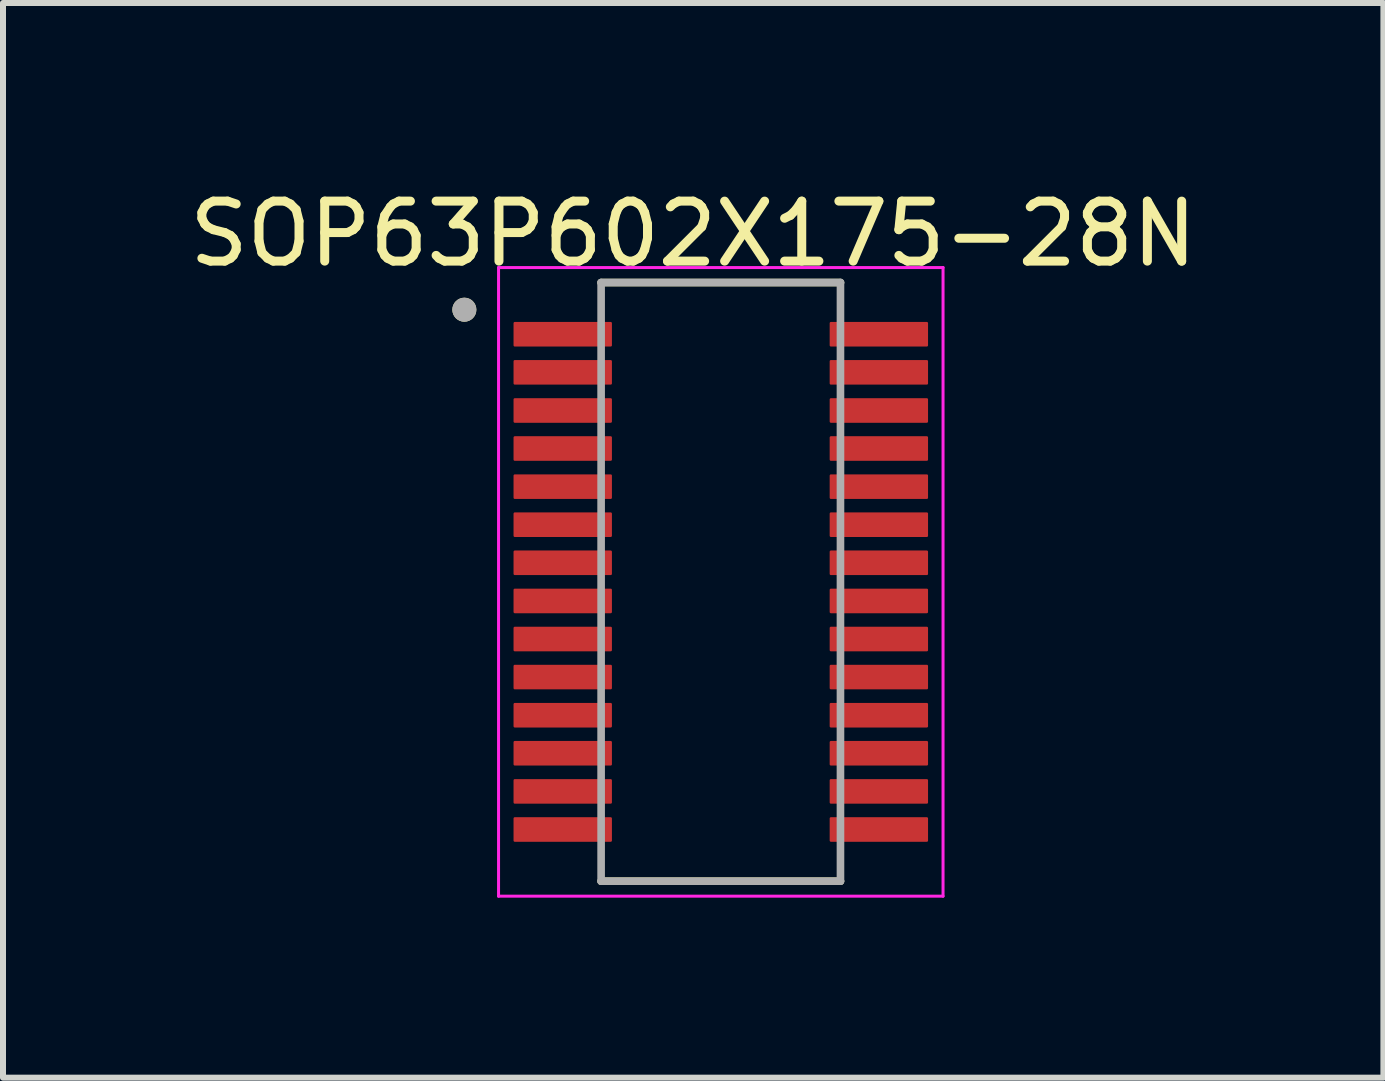
<source format=kicad_pcb>
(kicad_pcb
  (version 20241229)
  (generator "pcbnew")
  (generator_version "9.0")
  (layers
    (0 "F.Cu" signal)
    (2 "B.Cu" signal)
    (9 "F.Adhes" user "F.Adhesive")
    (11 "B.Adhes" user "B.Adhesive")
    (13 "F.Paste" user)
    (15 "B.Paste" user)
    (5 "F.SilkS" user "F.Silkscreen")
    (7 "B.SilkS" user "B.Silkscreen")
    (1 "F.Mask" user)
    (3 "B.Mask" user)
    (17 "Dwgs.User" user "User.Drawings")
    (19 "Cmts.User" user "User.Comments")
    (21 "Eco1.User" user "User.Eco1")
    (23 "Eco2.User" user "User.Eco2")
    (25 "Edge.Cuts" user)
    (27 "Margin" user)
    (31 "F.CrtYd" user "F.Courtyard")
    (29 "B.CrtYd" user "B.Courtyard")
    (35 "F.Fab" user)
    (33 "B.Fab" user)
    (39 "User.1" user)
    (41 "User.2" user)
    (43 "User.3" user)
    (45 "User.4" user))
  (footprint "SOP63P602X175-28N"
    (layer "F.Cu")
    (at 8.966 6.65)
    (property "Reference" "SOP63P602X175-28N" (at -0.46 -5.802 0) (layer "F.SilkS") (effects (font (size 1 1) (thickness 0.15))))
    (attr smd)
    (fp_line (start -1.995 -4.99) (end 1.995 -4.99) (stroke (width 0.127) (type solid)) (layer "F.SilkS"))
    (fp_line (start -1.995 4.99) (end 1.995 4.99) (stroke (width 0.127) (type solid)) (layer "F.SilkS"))
    (fp_circle (center -4.275 -4.537) (end -4.175 -4.537) (stroke (width 0.2) (type solid)) (fill no) (layer "F.SilkS"))
    (fp_line (start -3.705 -5.24) (end -3.705 5.24) (stroke (width 0.05) (type solid)) (layer "F.CrtYd"))
    (fp_line (start -3.705 -5.24) (end 3.705 -5.24) (stroke (width 0.05) (type solid)) (layer "F.CrtYd"))
    (fp_line (start -3.705 5.24) (end 3.705 5.24) (stroke (width 0.05) (type solid)) (layer "F.CrtYd"))
    (fp_line (start 3.705 -5.24) (end 3.705 5.24) (stroke (width 0.05) (type solid)) (layer "F.CrtYd"))
    (fp_line (start -1.995 -4.99) (end -1.995 4.99) (stroke (width 0.127) (type solid)) (layer "F.Fab"))
    (fp_line (start -1.995 -4.99) (end 1.995 -4.99) (stroke (width 0.127) (type solid)) (layer "F.Fab"))
    (fp_line (start -1.995 4.99) (end 1.995 4.99) (stroke (width 0.127) (type solid)) (layer "F.Fab"))
    (fp_line (start 1.995 -4.99) (end 1.995 4.99) (stroke (width 0.127) (type solid)) (layer "F.Fab"))
    (fp_circle (center -4.275 -4.537) (end -4.175 -4.537) (stroke (width 0.2) (type solid)) (fill no) (layer "F.Fab"))
    (pad "1" smd roundrect (at -2.635 -4.128) (size 1.64 0.41) (layers "F.Cu" "F.Mask" "F.Paste") (roundrect_rratio 0.05))
    (pad "2" smd roundrect (at -2.635 -3.493) (size 1.64 0.41) (layers "F.Cu" "F.Mask" "F.Paste") (roundrect_rratio 0.05))
    (pad "3" smd roundrect (at -2.635 -2.857) (size 1.64 0.41) (layers "F.Cu" "F.Mask" "F.Paste") (roundrect_rratio 0.05))
    (pad "4" smd roundrect (at -2.635 -2.223) (size 1.64 0.41) (layers "F.Cu" "F.Mask" "F.Paste") (roundrect_rratio 0.05))
    (pad "5" smd roundrect (at -2.635 -1.587) (size 1.64 0.41) (layers "F.Cu" "F.Mask" "F.Paste") (roundrect_rratio 0.05))
    (pad "6" smd roundrect (at -2.635 -0.953) (size 1.64 0.41) (layers "F.Cu" "F.Mask" "F.Paste") (roundrect_rratio 0.05))
    (pad "7" smd roundrect (at -2.635 -0.318) (size 1.64 0.41) (layers "F.Cu" "F.Mask" "F.Paste") (roundrect_rratio 0.05))
    (pad "8" smd roundrect (at -2.635 0.318) (size 1.64 0.41) (layers "F.Cu" "F.Mask" "F.Paste") (roundrect_rratio 0.05))
    (pad "9" smd roundrect (at -2.635 0.953) (size 1.64 0.41) (layers "F.Cu" "F.Mask" "F.Paste") (roundrect_rratio 0.05))
    (pad "10" smd roundrect (at -2.635 1.587) (size 1.64 0.41) (layers "F.Cu" "F.Mask" "F.Paste") (roundrect_rratio 0.05))
    (pad "11" smd roundrect (at -2.635 2.223) (size 1.64 0.41) (layers "F.Cu" "F.Mask" "F.Paste") (roundrect_rratio 0.05))
    (pad "12" smd roundrect (at -2.635 2.857) (size 1.64 0.41) (layers "F.Cu" "F.Mask" "F.Paste") (roundrect_rratio 0.05))
    (pad "13" smd roundrect (at -2.635 3.493) (size 1.64 0.41) (layers "F.Cu" "F.Mask" "F.Paste") (roundrect_rratio 0.05))
    (pad "14" smd roundrect (at -2.635 4.128) (size 1.64 0.41) (layers "F.Cu" "F.Mask" "F.Paste") (roundrect_rratio 0.05))
    (pad "15" smd roundrect (at 2.635 4.128) (size 1.64 0.41) (layers "F.Cu" "F.Mask" "F.Paste") (roundrect_rratio 0.05))
    (pad "16" smd roundrect (at 2.635 3.493) (size 1.64 0.41) (layers "F.Cu" "F.Mask" "F.Paste") (roundrect_rratio 0.05))
    (pad "17" smd roundrect (at 2.635 2.857) (size 1.64 0.41) (layers "F.Cu" "F.Mask" "F.Paste") (roundrect_rratio 0.05))
    (pad "18" smd roundrect (at 2.635 2.223) (size 1.64 0.41) (layers "F.Cu" "F.Mask" "F.Paste") (roundrect_rratio 0.05))
    (pad "19" smd roundrect (at 2.635 1.587) (size 1.64 0.41) (layers "F.Cu" "F.Mask" "F.Paste") (roundrect_rratio 0.05))
    (pad "20" smd roundrect (at 2.635 0.953) (size 1.64 0.41) (layers "F.Cu" "F.Mask" "F.Paste") (roundrect_rratio 0.05))
    (pad "21" smd roundrect (at 2.635 0.318) (size 1.64 0.41) (layers "F.Cu" "F.Mask" "F.Paste") (roundrect_rratio 0.05))
    (pad "22" smd roundrect (at 2.635 -0.318) (size 1.64 0.41) (layers "F.Cu" "F.Mask" "F.Paste") (roundrect_rratio 0.05))
    (pad "23" smd roundrect (at 2.635 -0.953) (size 1.64 0.41) (layers "F.Cu" "F.Mask" "F.Paste") (roundrect_rratio 0.05))
    (pad "24" smd roundrect (at 2.635 -1.587) (size 1.64 0.41) (layers "F.Cu" "F.Mask" "F.Paste") (roundrect_rratio 0.05))
    (pad "25" smd roundrect (at 2.635 -2.223) (size 1.64 0.41) (layers "F.Cu" "F.Mask" "F.Paste") (roundrect_rratio 0.05))
    (pad "26" smd roundrect (at 2.635 -2.857) (size 1.64 0.41) (layers "F.Cu" "F.Mask" "F.Paste") (roundrect_rratio 0.05))
    (pad "27" smd roundrect (at 2.635 -3.493) (size 1.64 0.41) (layers "F.Cu" "F.Mask" "F.Paste") (roundrect_rratio 0.05))
    (pad "28" smd roundrect (at 2.635 -4.128) (size 1.64 0.41) (layers "F.Cu" "F.Mask" "F.Paste") (roundrect_rratio 0.05)))
  (gr_rect
    (start -3 -3)
    (end 20.012 14.915)
    (stroke (width 0.1) (type default))
    (fill no)
    (layer "Edge.Cuts")))
</source>
